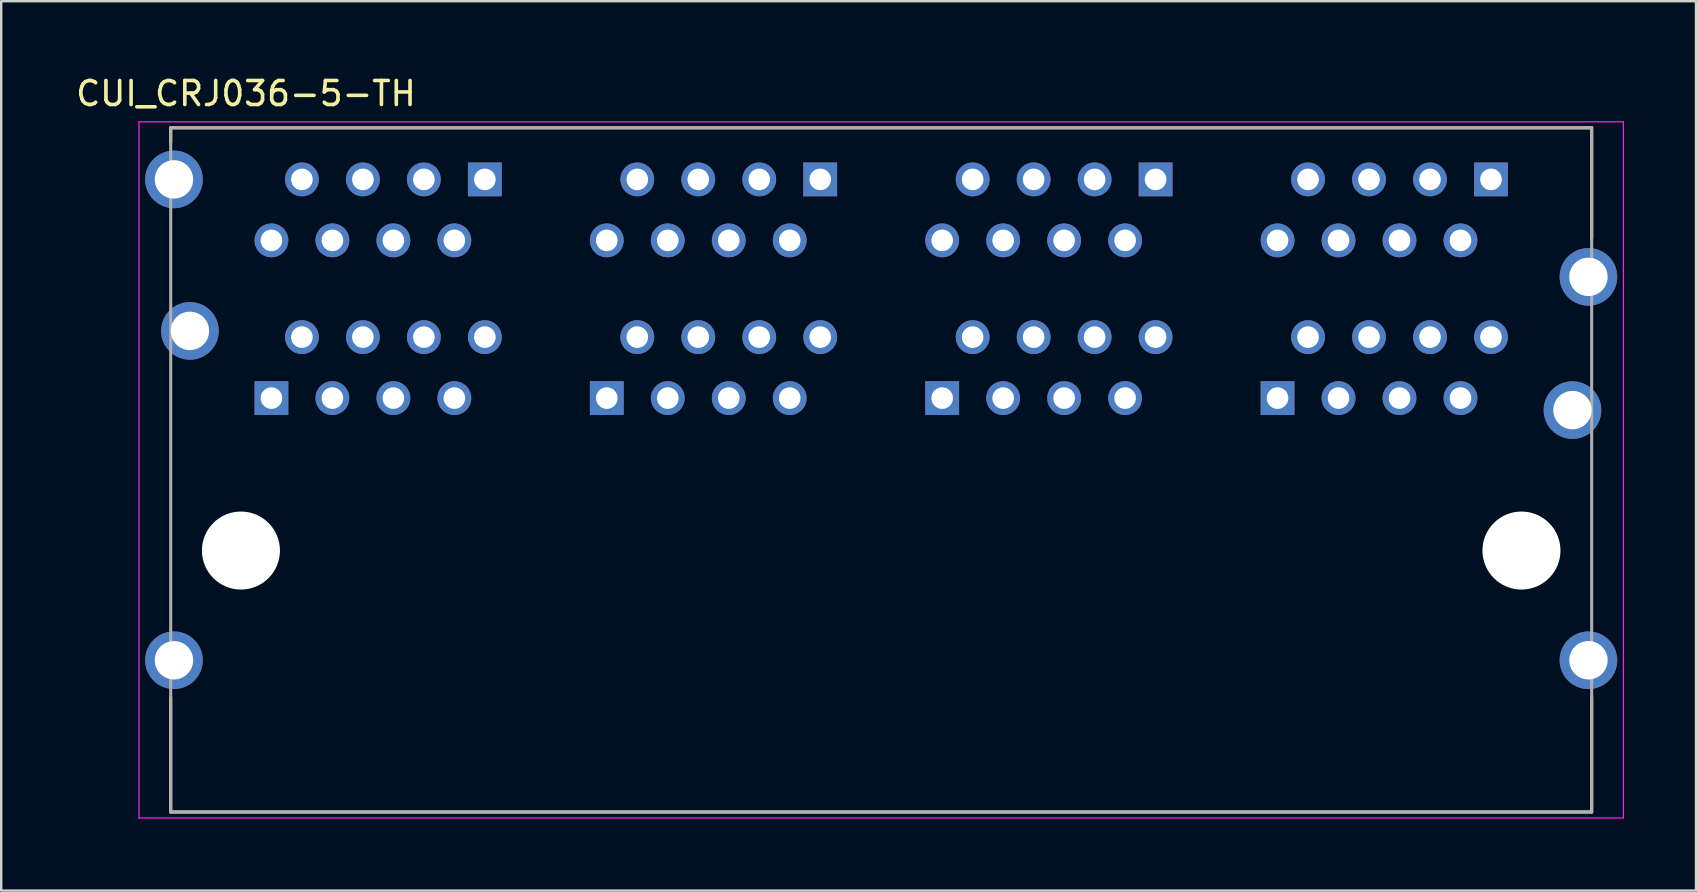
<source format=kicad_pcb>
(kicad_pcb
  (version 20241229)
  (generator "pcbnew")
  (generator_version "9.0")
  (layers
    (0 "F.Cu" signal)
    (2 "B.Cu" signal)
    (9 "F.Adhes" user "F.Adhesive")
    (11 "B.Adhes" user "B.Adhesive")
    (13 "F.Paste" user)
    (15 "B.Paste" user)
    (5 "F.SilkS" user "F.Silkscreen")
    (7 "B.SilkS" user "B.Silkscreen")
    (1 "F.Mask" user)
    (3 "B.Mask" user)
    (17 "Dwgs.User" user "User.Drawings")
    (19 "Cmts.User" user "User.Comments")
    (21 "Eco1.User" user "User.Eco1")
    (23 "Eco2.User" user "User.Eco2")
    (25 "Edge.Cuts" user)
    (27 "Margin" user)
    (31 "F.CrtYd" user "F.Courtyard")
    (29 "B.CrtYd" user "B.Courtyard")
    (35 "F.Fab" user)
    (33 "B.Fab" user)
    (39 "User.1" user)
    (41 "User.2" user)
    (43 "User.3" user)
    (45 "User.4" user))
  (footprint "CUI_CRJ036-5-TH"
    (layer "F.Cu")
    (at 33.656 19.883)
    (property "Reference" "CUI_CRJ036-5-TH" (at -26.46 -19.035 0) (layer "F.SilkS") (effects (font (size 1 1) (thickness 0.15))))
    (attr through_hole)
    (fp_line (start -29.595 -17.61) (end 29.595 -17.61) (stroke (width 0.127) (type solid)) (layer "F.SilkS"))
    (fp_line (start -29.595 -17) (end -29.595 -17.61) (stroke (width 0.127) (type solid)) (layer "F.SilkS"))
    (fp_line (start -29.595 10.89) (end -29.595 6.11) (stroke (width 0.127) (type solid)) (layer "F.SilkS"))
    (fp_line (start 29.595 -13) (end 29.595 -17.61) (stroke (width 0.127) (type solid)) (layer "F.SilkS"))
    (fp_line (start 29.595 10.89) (end -29.595 10.89) (stroke (width 0.127) (type solid)) (layer "F.SilkS"))
    (fp_line (start 29.595 10.89) (end 29.595 6.11) (stroke (width 0.127) (type solid)) (layer "F.SilkS"))
    (fp_line (start -30.915 -17.86) (end 30.915 -17.86) (stroke (width 0.05) (type solid)) (layer "F.CrtYd"))
    (fp_line (start -30.915 11.14) (end -30.915 -17.86) (stroke (width 0.05) (type solid)) (layer "F.CrtYd"))
    (fp_line (start 30.915 11.14) (end -30.915 11.14) (stroke (width 0.05) (type solid)) (layer "F.CrtYd"))
    (fp_line (start 30.915 11.14) (end 30.915 -17.86) (stroke (width 0.05) (type solid)) (layer "F.CrtYd"))
    (fp_line (start -29.595 -17.61) (end 29.595 -17.61) (stroke (width 0.127) (type solid)) (layer "F.Fab"))
    (fp_line (start -29.595 10.89) (end -29.595 -17.61) (stroke (width 0.127) (type solid)) (layer "F.Fab"))
    (fp_line (start 29.595 -17.61) (end 29.595 10.89) (stroke (width 0.127) (type solid)) (layer "F.Fab"))
    (fp_line (start 29.595 10.89) (end -29.595 10.89) (stroke (width 0.127) (type solid)) (layer "F.Fab"))
    (pad "" np_thru_hole circle (at -26.67 0) (size 3.25 3.25) (drill 3.25) (layers "*.Cu" "*.Mask"))
    (pad "" np_thru_hole circle (at 26.67 0) (size 3.25 3.25) (drill 3.25) (layers "*.Cu" "*.Mask"))
    (pad "1_1B" thru_hole rect (at -25.4 -6.35) (size 1.408 1.408) (drill 0.9) (layers "*.Cu" "*.Mask"))
    (pad "1_1T" thru_hole rect (at -16.51 -15.46) (size 1.408 1.408) (drill 0.9) (layers "*.Cu" "*.Mask"))
    (pad "1_2B" thru_hole circle (at -24.13 -8.89) (size 1.408 1.408) (drill 0.9) (layers "*.Cu" "*.Mask"))
    (pad "1_2T" thru_hole circle (at -17.78 -12.92) (size 1.408 1.408) (drill 0.9) (layers "*.Cu" "*.Mask"))
    (pad "1_3B" thru_hole circle (at -22.86 -6.35) (size 1.408 1.408) (drill 0.9) (layers "*.Cu" "*.Mask"))
    (pad "1_3T" thru_hole circle (at -19.05 -15.46) (size 1.408 1.408) (drill 0.9) (layers "*.Cu" "*.Mask"))
    (pad "1_4B" thru_hole circle (at -21.59 -8.89) (size 1.408 1.408) (drill 0.9) (layers "*.Cu" "*.Mask"))
    (pad "1_4T" thru_hole circle (at -20.32 -12.92) (size 1.408 1.408) (drill 0.9) (layers "*.Cu" "*.Mask"))
    (pad "1_5B" thru_hole circle (at -20.32 -6.35) (size 1.408 1.408) (drill 0.9) (layers "*.Cu" "*.Mask"))
    (pad "1_5T" thru_hole circle (at -21.59 -15.46) (size 1.408 1.408) (drill 0.9) (layers "*.Cu" "*.Mask"))
    (pad "1_6B" thru_hole circle (at -19.05 -8.89) (size 1.408 1.408) (drill 0.9) (layers "*.Cu" "*.Mask"))
    (pad "1_6T" thru_hole circle (at -22.86 -12.92) (size 1.408 1.408) (drill 0.9) (layers "*.Cu" "*.Mask"))
    (pad "1_7B" thru_hole circle (at -17.78 -6.35) (size 1.408 1.408) (drill 0.9) (layers "*.Cu" "*.Mask"))
    (pad "1_7T" thru_hole circle (at -24.13 -15.46) (size 1.408 1.408) (drill 0.9) (layers "*.Cu" "*.Mask"))
    (pad "1_8B" thru_hole circle (at -16.51 -8.89) (size 1.408 1.408) (drill 0.9) (layers "*.Cu" "*.Mask"))
    (pad "1_8T" thru_hole circle (at -25.4 -12.92) (size 1.408 1.408) (drill 0.9) (layers "*.Cu" "*.Mask"))
    (pad "2_1B" thru_hole rect (at -11.43 -6.35) (size 1.408 1.408) (drill 0.9) (layers "*.Cu" "*.Mask"))
    (pad "2_1T" thru_hole rect (at -2.54 -15.46) (size 1.408 1.408) (drill 0.9) (layers "*.Cu" "*.Mask"))
    (pad "2_2B" thru_hole circle (at -10.16 -8.89) (size 1.408 1.408) (drill 0.9) (layers "*.Cu" "*.Mask"))
    (pad "2_2T" thru_hole circle (at -3.81 -12.92) (size 1.408 1.408) (drill 0.9) (layers "*.Cu" "*.Mask"))
    (pad "2_3B" thru_hole circle (at -8.89 -6.35) (size 1.408 1.408) (drill 0.9) (layers "*.Cu" "*.Mask"))
    (pad "2_3T" thru_hole circle (at -5.08 -15.46) (size 1.408 1.408) (drill 0.9) (layers "*.Cu" "*.Mask"))
    (pad "2_4B" thru_hole circle (at -7.62 -8.89) (size 1.408 1.408) (drill 0.9) (layers "*.Cu" "*.Mask"))
    (pad "2_4T" thru_hole circle (at -6.35 -12.92) (size 1.408 1.408) (drill 0.9) (layers "*.Cu" "*.Mask"))
    (pad "2_5B" thru_hole circle (at -6.35 -6.35) (size 1.408 1.408) (drill 0.9) (layers "*.Cu" "*.Mask"))
    (pad "2_5T" thru_hole circle (at -7.62 -15.46) (size 1.408 1.408) (drill 0.9) (layers "*.Cu" "*.Mask"))
    (pad "2_6B" thru_hole circle (at -5.08 -8.89) (size 1.408 1.408) (drill 0.9) (layers "*.Cu" "*.Mask"))
    (pad "2_6T" thru_hole circle (at -8.89 -12.92) (size 1.408 1.408) (drill 0.9) (layers "*.Cu" "*.Mask"))
    (pad "2_7B" thru_hole circle (at -3.81 -6.35) (size 1.408 1.408) (drill 0.9) (layers "*.Cu" "*.Mask"))
    (pad "2_7T" thru_hole circle (at -10.16 -15.46) (size 1.408 1.408) (drill 0.9) (layers "*.Cu" "*.Mask"))
    (pad "2_8B" thru_hole circle (at -2.54 -8.89) (size 1.408 1.408) (drill 0.9) (layers "*.Cu" "*.Mask"))
    (pad "2_8T" thru_hole circle (at -11.43 -12.92) (size 1.408 1.408) (drill 0.9) (layers "*.Cu" "*.Mask"))
    (pad "3_1B" thru_hole rect (at 2.54 -6.35) (size 1.408 1.408) (drill 0.9) (layers "*.Cu" "*.Mask"))
    (pad "3_1T" thru_hole rect (at 11.43 -15.46) (size 1.408 1.408) (drill 0.9) (layers "*.Cu" "*.Mask"))
    (pad "3_2B" thru_hole circle (at 3.81 -8.89) (size 1.408 1.408) (drill 0.9) (layers "*.Cu" "*.Mask"))
    (pad "3_2T" thru_hole circle (at 10.16 -12.92) (size 1.408 1.408) (drill 0.9) (layers "*.Cu" "*.Mask"))
    (pad "3_3B" thru_hole circle (at 5.08 -6.35) (size 1.408 1.408) (drill 0.9) (layers "*.Cu" "*.Mask"))
    (pad "3_3T" thru_hole circle (at 8.89 -15.46) (size 1.408 1.408) (drill 0.9) (layers "*.Cu" "*.Mask"))
    (pad "3_4B" thru_hole circle (at 6.35 -8.89) (size 1.408 1.408) (drill 0.9) (layers "*.Cu" "*.Mask"))
    (pad "3_4T" thru_hole circle (at 7.62 -12.92) (size 1.408 1.408) (drill 0.9) (layers "*.Cu" "*.Mask"))
    (pad "3_5B" thru_hole circle (at 7.62 -6.35) (size 1.408 1.408) (drill 0.9) (layers "*.Cu" "*.Mask"))
    (pad "3_5T" thru_hole circle (at 6.35 -15.46) (size 1.408 1.408) (drill 0.9) (layers "*.Cu" "*.Mask"))
    (pad "3_6B" thru_hole circle (at 8.89 -8.89) (size 1.408 1.408) (drill 0.9) (layers "*.Cu" "*.Mask"))
    (pad "3_6T" thru_hole circle (at 5.08 -12.92) (size 1.408 1.408) (drill 0.9) (layers "*.Cu" "*.Mask"))
    (pad "3_7B" thru_hole circle (at 10.16 -6.35) (size 1.408 1.408) (drill 0.9) (layers "*.Cu" "*.Mask"))
    (pad "3_7T" thru_hole circle (at 3.81 -15.46) (size 1.408 1.408) (drill 0.9) (layers "*.Cu" "*.Mask"))
    (pad "3_8B" thru_hole circle (at 11.43 -8.89) (size 1.408 1.408) (drill 0.9) (layers "*.Cu" "*.Mask"))
    (pad "3_8T" thru_hole circle (at 2.54 -12.92) (size 1.408 1.408) (drill 0.9) (layers "*.Cu" "*.Mask"))
    (pad "4_1B" thru_hole rect (at 16.51 -6.35) (size 1.408 1.408) (drill 0.9) (layers "*.Cu" "*.Mask"))
    (pad "4_1T" thru_hole rect (at 25.4 -15.46) (size 1.408 1.408) (drill 0.9) (layers "*.Cu" "*.Mask"))
    (pad "4_2B" thru_hole circle (at 17.78 -8.89) (size 1.408 1.408) (drill 0.9) (layers "*.Cu" "*.Mask"))
    (pad "4_2T" thru_hole circle (at 24.13 -12.92) (size 1.408 1.408) (drill 0.9) (layers "*.Cu" "*.Mask"))
    (pad "4_3B" thru_hole circle (at 19.05 -6.35) (size 1.408 1.408) (drill 0.9) (layers "*.Cu" "*.Mask"))
    (pad "4_3T" thru_hole circle (at 22.86 -15.46) (size 1.408 1.408) (drill 0.9) (layers "*.Cu" "*.Mask"))
    (pad "4_4B" thru_hole circle (at 20.32 -8.89) (size 1.408 1.408) (drill 0.9) (layers "*.Cu" "*.Mask"))
    (pad "4_4T" thru_hole circle (at 21.59 -12.92) (size 1.408 1.408) (drill 0.9) (layers "*.Cu" "*.Mask"))
    (pad "4_5B" thru_hole circle (at 21.59 -6.35) (size 1.408 1.408) (drill 0.9) (layers "*.Cu" "*.Mask"))
    (pad "4_5T" thru_hole circle (at 20.32 -15.46) (size 1.408 1.408) (drill 0.9) (layers "*.Cu" "*.Mask"))
    (pad "4_6B" thru_hole circle (at 22.86 -8.89) (size 1.408 1.408) (drill 0.9) (layers "*.Cu" "*.Mask"))
    (pad "4_6T" thru_hole circle (at 19.05 -12.92) (size 1.408 1.408) (drill 0.9) (layers "*.Cu" "*.Mask"))
    (pad "4_7B" thru_hole circle (at 24.13 -6.35) (size 1.408 1.408) (drill 0.9) (layers "*.Cu" "*.Mask"))
    (pad "4_7T" thru_hole circle (at 17.78 -15.46) (size 1.408 1.408) (drill 0.9) (layers "*.Cu" "*.Mask"))
    (pad "4_8B" thru_hole circle (at 25.4 -8.89) (size 1.408 1.408) (drill 0.9) (layers "*.Cu" "*.Mask"))
    (pad "4_8T" thru_hole circle (at 16.51 -12.92) (size 1.408 1.408) (drill 0.9) (layers "*.Cu" "*.Mask"))
    (pad "S1" thru_hole circle (at -29.46 -15.46) (size 2.4 2.4) (drill 1.6) (layers "*.Cu" "*.Mask"))
    (pad "S1" thru_hole circle (at -29.46 4.57) (size 2.4 2.4) (drill 1.6) (layers "*.Cu" "*.Mask"))
    (pad "S1" thru_hole circle (at -28.795 -9.15) (size 2.4 2.4) (drill 1.6) (layers "*.Cu" "*.Mask"))
    (pad "S1" thru_hole circle (at 28.795 -5.85) (size 2.4 2.4) (drill 1.6) (layers "*.Cu" "*.Mask"))
    (pad "S1" thru_hole circle (at 29.46 -11.4) (size 2.4 2.4) (drill 1.6) (layers "*.Cu" "*.Mask"))
    (pad "S1" thru_hole circle (at 29.46 4.57) (size 2.4 2.4) (drill 1.6) (layers "*.Cu" "*.Mask")))
  (gr_rect
    (start -3 -3)
    (end 67.596 34.048)
    (stroke (width 0.1) (type default))
    (fill no)
    (layer "Edge.Cuts")))
</source>
